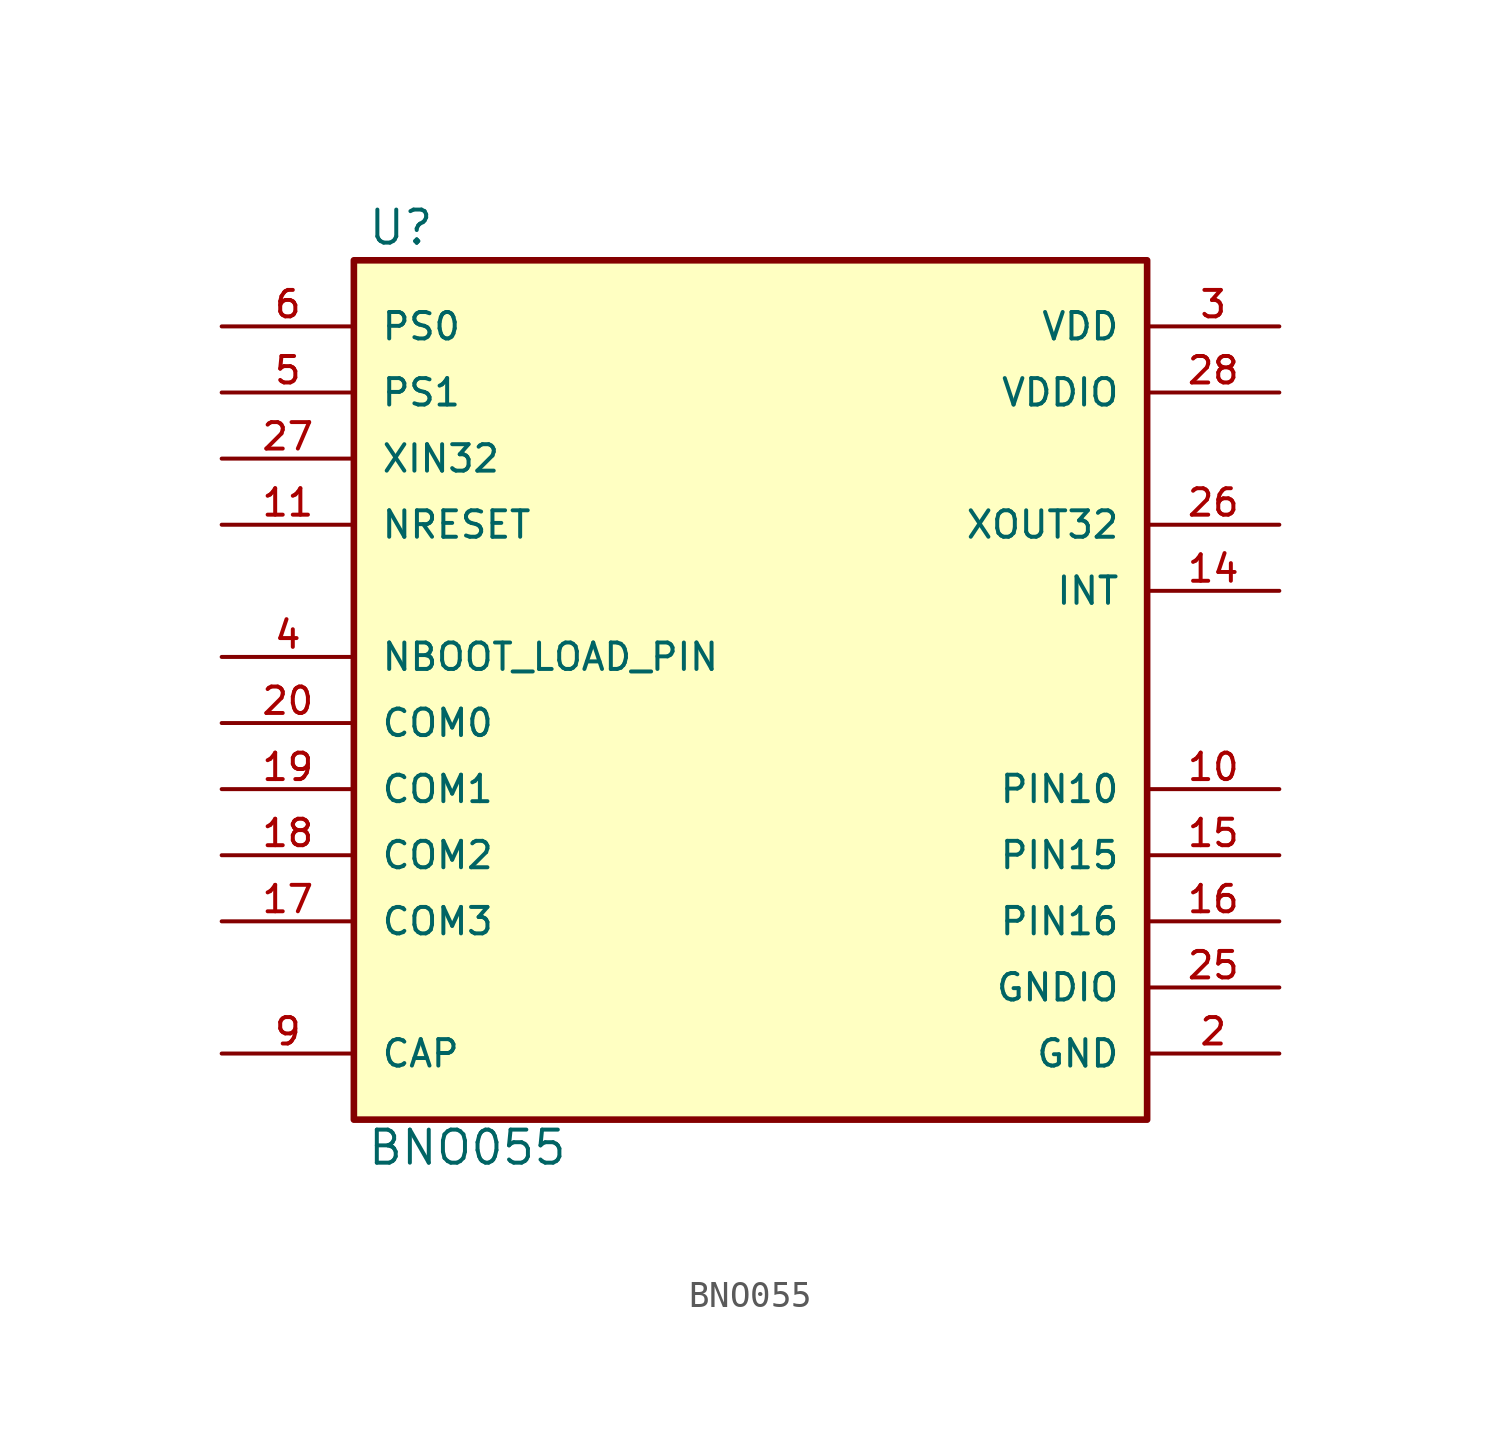
<source format=kicad_sym>
(kicad_symbol_lib
  (version 20211014)
  (generator kicad_symbol_editor)
  (symbol "BNO055"
    (pin_names
      (offset 1.016))
    (property "Reference" "U"
      (at -14.74 15.756 0)
      (effects (font (size 1.27 1.27)) (justify bottom left)))
    (property "Value" "BNO055"
      (at -14.761 -19.596 0)
      (effects (font (size 1.27 1.27)) (justify bottom left)))
    (symbol "BNO055_0_0"
      (rectangle (start -15.24 -17.78) (end 15.24 15.24) (stroke (width 0.254)) (fill (type background)))
      (pin power_in line (at 20.32 -15.24 180.0) (length 5.08) (name "GND" (effects (font (size 1.016 1.016)))) (number "2" (effects (font (size 1.016 1.016)))))
      (pin power_in line (at 20.32 12.7 180.0) (length 5.08) (name "VDD" (effects (font (size 1.016 1.016)))) (number "3" (effects (font (size 1.016 1.016)))))
      (pin bidirectional line (at -20.32 0.0 0) (length 5.08) (name "NBOOT_LOAD_PIN" (effects (font (size 1.016 1.016)))) (number "4" (effects (font (size 1.016 1.016)))))
      (pin input line (at -20.32 12.7 0) (length 5.08) (name "PS0" (effects (font (size 1.016 1.016)))) (number "6" (effects (font (size 1.016 1.016)))))
      (pin input line (at -20.32 10.16 0) (length 5.08) (name "PS1" (effects (font (size 1.016 1.016)))) (number "5" (effects (font (size 1.016 1.016)))))
      (pin passive line (at -20.32 -15.24 0) (length 5.08) (name "CAP" (effects (font (size 1.016 1.016)))) (number "9" (effects (font (size 1.016 1.016)))))
      (pin power_in line (at 20.32 -5.08 180.0) (length 5.08) (name "PIN10" (effects (font (size 1.016 1.016)))) (number "10" (effects (font (size 1.016 1.016)))))
      (pin input line (at -20.32 5.08 0) (length 5.08) (name "NRESET" (effects (font (size 1.016 1.016)))) (number "11" (effects (font (size 1.016 1.016)))))
      (pin output line (at 20.32 2.54 180.0) (length 5.08) (name "INT" (effects (font (size 1.016 1.016)))) (number "14" (effects (font (size 1.016 1.016)))))
      (pin power_in line (at 20.32 -7.62 180.0) (length 5.08) (name "PIN15" (effects (font (size 1.016 1.016)))) (number "15" (effects (font (size 1.016 1.016)))))
      (pin power_in line (at 20.32 -10.16 180.0) (length 5.08) (name "PIN16" (effects (font (size 1.016 1.016)))) (number "16" (effects (font (size 1.016 1.016)))))
      (pin bidirectional line (at -20.32 -2.54 0) (length 5.08) (name "COM0" (effects (font (size 1.016 1.016)))) (number "20" (effects (font (size 1.016 1.016)))))
      (pin bidirectional line (at -20.32 -5.08 0) (length 5.08) (name "COM1" (effects (font (size 1.016 1.016)))) (number "19" (effects (font (size 1.016 1.016)))))
      (pin bidirectional line (at -20.32 -7.62 0) (length 5.08) (name "COM2" (effects (font (size 1.016 1.016)))) (number "18" (effects (font (size 1.016 1.016)))))
      (pin bidirectional line (at -20.32 -10.16 0) (length 5.08) (name "COM3" (effects (font (size 1.016 1.016)))) (number "17" (effects (font (size 1.016 1.016)))))
      (pin power_in line (at 20.32 -12.7 180.0) (length 5.08) (name "GNDIO" (effects (font (size 1.016 1.016)))) (number "25" (effects (font (size 1.016 1.016)))))
      (pin output line (at 20.32 5.08 180.0) (length 5.08) (name "XOUT32" (effects (font (size 1.016 1.016)))) (number "26" (effects (font (size 1.016 1.016)))))
      (pin input line (at -20.32 7.62 0) (length 5.08) (name "XIN32" (effects (font (size 1.016 1.016)))) (number "27" (effects (font (size 1.016 1.016)))))
      (pin power_in line (at 20.32 10.16 180.0) (length 5.08) (name "VDDIO" (effects (font (size 1.016 1.016)))) (number "28" (effects (font (size 1.016 1.016))))))))
</source>
